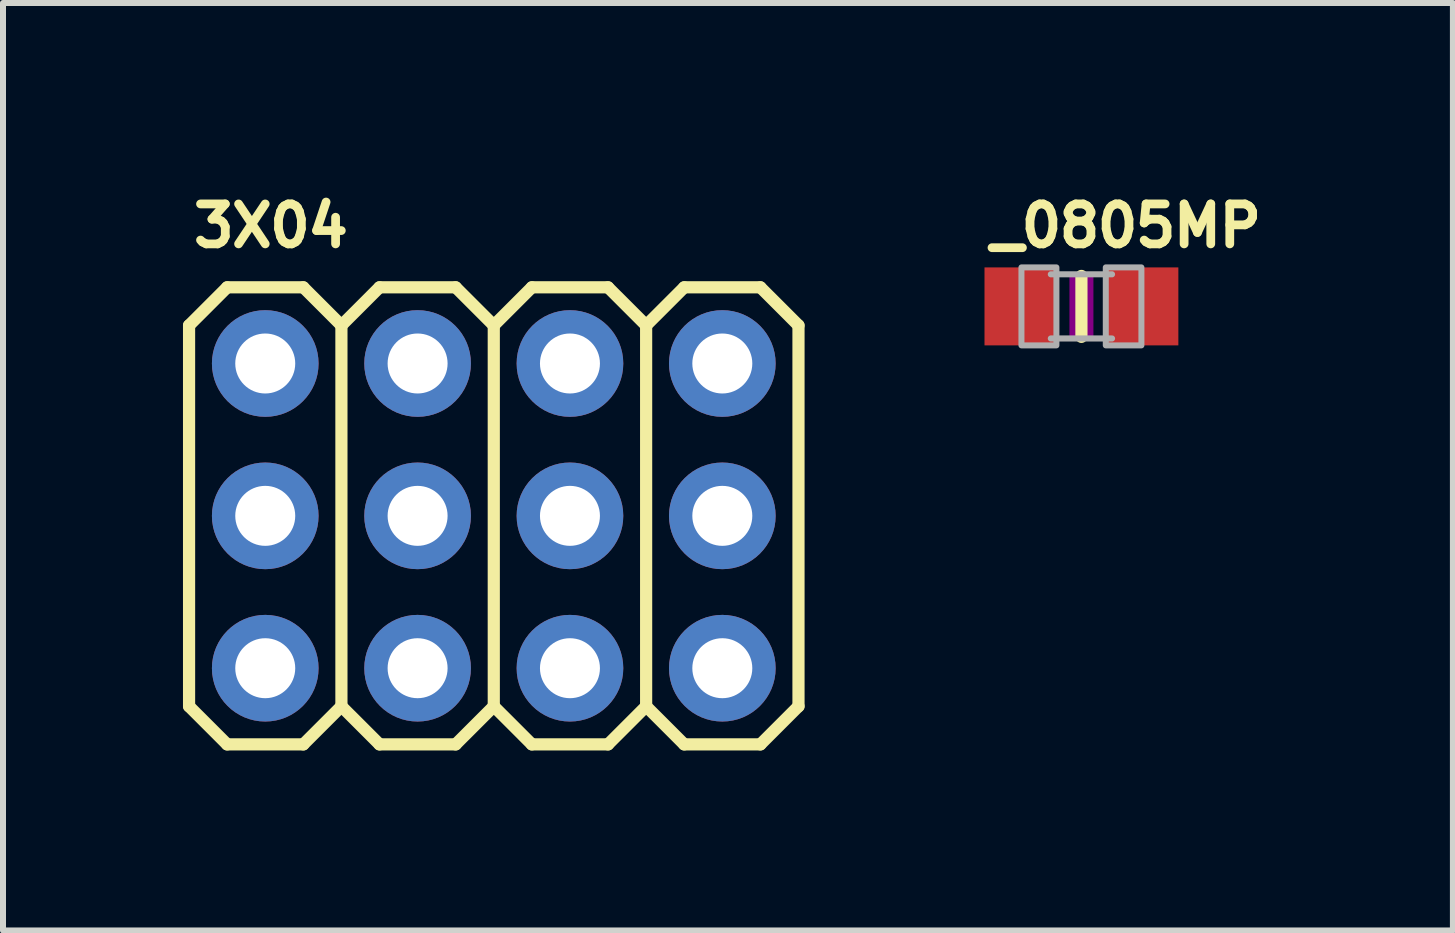
<source format=kicad_pcb>
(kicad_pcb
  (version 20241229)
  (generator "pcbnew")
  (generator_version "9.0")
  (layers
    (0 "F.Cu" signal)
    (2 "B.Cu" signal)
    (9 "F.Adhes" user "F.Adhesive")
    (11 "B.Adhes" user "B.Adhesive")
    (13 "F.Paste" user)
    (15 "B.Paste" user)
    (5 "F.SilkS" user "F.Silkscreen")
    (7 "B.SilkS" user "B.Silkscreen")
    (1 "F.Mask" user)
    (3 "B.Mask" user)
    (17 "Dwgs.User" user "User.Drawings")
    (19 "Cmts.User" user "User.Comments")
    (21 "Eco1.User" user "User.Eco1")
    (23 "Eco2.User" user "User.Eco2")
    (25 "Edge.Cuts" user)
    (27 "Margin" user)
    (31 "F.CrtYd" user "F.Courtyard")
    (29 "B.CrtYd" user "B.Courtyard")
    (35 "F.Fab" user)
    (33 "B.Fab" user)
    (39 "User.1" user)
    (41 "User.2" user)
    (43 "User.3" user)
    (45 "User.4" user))
  (footprint "3X04"
    (layer "F.Cu")
    (at 5.182 5.55)
    (property "Reference" "3X04" (at -5.08 -4.445 0) (layer "F.SilkS") (effects (font (size 0.666 0.666) (thickness 0.146)) (justify left bottom)))
    (fp_line (start -5.08 -3.175) (end -4.445 -3.81) (stroke (width 0.203) (type solid)) (layer "F.SilkS"))
    (fp_line (start -5.08 3.175) (end -5.08 -3.175) (stroke (width 0.203) (type solid)) (layer "F.SilkS"))
    (fp_line (start -5.08 3.175) (end -4.445 3.81) (stroke (width 0.203) (type solid)) (layer "F.SilkS"))
    (fp_line (start -4.445 -3.81) (end -3.175 -3.81) (stroke (width 0.203) (type solid)) (layer "F.SilkS"))
    (fp_line (start -4.445 3.81) (end -3.175 3.81) (stroke (width 0.203) (type solid)) (layer "F.SilkS"))
    (fp_line (start -3.175 -3.81) (end -2.54 -3.175) (stroke (width 0.203) (type solid)) (layer "F.SilkS"))
    (fp_line (start -3.175 3.81) (end -2.54 3.175) (stroke (width 0.203) (type solid)) (layer "F.SilkS"))
    (fp_line (start -2.54 -3.175) (end -2.54 3.175) (stroke (width 0.203) (type solid)) (layer "F.SilkS"))
    (fp_line (start -2.54 -3.175) (end -1.905 -3.81) (stroke (width 0.203) (type solid)) (layer "F.SilkS"))
    (fp_line (start -2.54 3.175) (end -1.905 3.81) (stroke (width 0.203) (type solid)) (layer "F.SilkS"))
    (fp_line (start -1.905 -3.81) (end -0.635 -3.81) (stroke (width 0.203) (type solid)) (layer "F.SilkS"))
    (fp_line (start -1.905 3.81) (end -0.635 3.81) (stroke (width 0.203) (type solid)) (layer "F.SilkS"))
    (fp_line (start -0.635 -3.81) (end 0 -3.175) (stroke (width 0.203) (type solid)) (layer "F.SilkS"))
    (fp_line (start -0.635 3.81) (end 0 3.175) (stroke (width 0.203) (type solid)) (layer "F.SilkS"))
    (fp_line (start 0 -3.175) (end 0 3.175) (stroke (width 0.203) (type solid)) (layer "F.SilkS"))
    (fp_line (start 0 -3.175) (end 0.635 -3.81) (stroke (width 0.203) (type solid)) (layer "F.SilkS"))
    (fp_line (start 0 3.175) (end 0.635 3.81) (stroke (width 0.203) (type solid)) (layer "F.SilkS"))
    (fp_line (start 0.635 -3.81) (end 1.905 -3.81) (stroke (width 0.203) (type solid)) (layer "F.SilkS"))
    (fp_line (start 0.635 3.81) (end 1.905 3.81) (stroke (width 0.203) (type solid)) (layer "F.SilkS"))
    (fp_line (start 1.905 -3.81) (end 2.54 -3.175) (stroke (width 0.203) (type solid)) (layer "F.SilkS"))
    (fp_line (start 1.905 3.81) (end 2.54 3.175) (stroke (width 0.203) (type solid)) (layer "F.SilkS"))
    (fp_line (start 2.54 -3.175) (end 2.54 3.175) (stroke (width 0.203) (type solid)) (layer "F.SilkS"))
    (fp_line (start 2.54 -3.175) (end 3.175 -3.81) (stroke (width 0.203) (type solid)) (layer "F.SilkS"))
    (fp_line (start 2.54 3.175) (end 3.175 3.81) (stroke (width 0.203) (type solid)) (layer "F.SilkS"))
    (fp_line (start 3.175 -3.81) (end 4.445 -3.81) (stroke (width 0.203) (type solid)) (layer "F.SilkS"))
    (fp_line (start 3.175 3.81) (end 4.445 3.81) (stroke (width 0.203) (type solid)) (layer "F.SilkS"))
    (fp_line (start 4.445 -3.81) (end 5.08 -3.175) (stroke (width 0.203) (type solid)) (layer "F.SilkS"))
    (fp_line (start 4.445 3.81) (end 5.08 3.175) (stroke (width 0.203) (type solid)) (layer "F.SilkS"))
    (fp_line (start 5.08 -3.175) (end 5.08 3.175) (stroke (width 0.203) (type solid)) (layer "F.SilkS"))
    (fp_poly (pts (xy -4.064 -2.286) (xy -3.556 -2.286) (xy -3.556 -2.794) (xy -4.064 -2.794)) (stroke (width 0.1) (type default)) (fill no) (layer "F.Fab"))
    (fp_poly (pts (xy -4.064 0.254) (xy -3.556 0.254) (xy -3.556 -0.254) (xy -4.064 -0.254)) (stroke (width 0.1) (type default)) (fill no) (layer "F.Fab"))
    (fp_poly (pts (xy -4.064 2.794) (xy -3.556 2.794) (xy -3.556 2.286) (xy -4.064 2.286)) (stroke (width 0.1) (type default)) (fill no) (layer "F.Fab"))
    (fp_poly (pts (xy -1.524 -2.286) (xy -1.016 -2.286) (xy -1.016 -2.794) (xy -1.524 -2.794)) (stroke (width 0.1) (type default)) (fill no) (layer "F.Fab"))
    (fp_poly (pts (xy -1.524 0.254) (xy -1.016 0.254) (xy -1.016 -0.254) (xy -1.524 -0.254)) (stroke (width 0.1) (type default)) (fill no) (layer "F.Fab"))
    (fp_poly (pts (xy -1.524 2.794) (xy -1.016 2.794) (xy -1.016 2.286) (xy -1.524 2.286)) (stroke (width 0.1) (type default)) (fill no) (layer "F.Fab"))
    (fp_poly (pts (xy 1.016 -2.286) (xy 1.524 -2.286) (xy 1.524 -2.794) (xy 1.016 -2.794)) (stroke (width 0.1) (type default)) (fill no) (layer "F.Fab"))
    (fp_poly (pts (xy 1.016 0.254) (xy 1.524 0.254) (xy 1.524 -0.254) (xy 1.016 -0.254)) (stroke (width 0.1) (type default)) (fill no) (layer "F.Fab"))
    (fp_poly (pts (xy 1.016 2.794) (xy 1.524 2.794) (xy 1.524 2.286) (xy 1.016 2.286)) (stroke (width 0.1) (type default)) (fill no) (layer "F.Fab"))
    (fp_poly (pts (xy 3.556 -2.286) (xy 4.064 -2.286) (xy 4.064 -2.794) (xy 3.556 -2.794)) (stroke (width 0.1) (type default)) (fill no) (layer "F.Fab"))
    (fp_poly (pts (xy 3.556 0.254) (xy 4.064 0.254) (xy 4.064 -0.254) (xy 3.556 -0.254)) (stroke (width 0.1) (type default)) (fill no) (layer "F.Fab"))
    (fp_poly (pts (xy 3.556 2.794) (xy 4.064 2.794) (xy 4.064 2.286) (xy 3.556 2.286)) (stroke (width 0.1) (type default)) (fill no) (layer "F.Fab"))
    (pad "1" thru_hole circle (at -3.81 2.54) (size 1.778 1.778) (drill 1) (layers "*.Cu" "*.Mask"))
    (pad "2" thru_hole circle (at -3.81 0) (size 1.778 1.778) (drill 1) (layers "*.Cu" "*.Mask"))
    (pad "3" thru_hole circle (at -3.81 -2.54) (size 1.778 1.778) (drill 1) (layers "*.Cu" "*.Mask"))
    (pad "4" thru_hole circle (at -1.27 2.54) (size 1.778 1.778) (drill 1) (layers "*.Cu" "*.Mask"))
    (pad "5" thru_hole circle (at -1.27 0) (size 1.778 1.778) (drill 1) (layers "*.Cu" "*.Mask"))
    (pad "6" thru_hole circle (at -1.27 -2.54) (size 1.778 1.778) (drill 1) (layers "*.Cu" "*.Mask"))
    (pad "7" thru_hole circle (at 1.27 2.54) (size 1.778 1.778) (drill 1) (layers "*.Cu" "*.Mask"))
    (pad "8" thru_hole circle (at 1.27 0) (size 1.778 1.778) (drill 1) (layers "*.Cu" "*.Mask"))
    (pad "9" thru_hole circle (at 1.27 -2.54) (size 1.778 1.778) (drill 1) (layers "*.Cu" "*.Mask"))
    (pad "10" thru_hole circle (at 3.81 2.54) (size 1.778 1.778) (drill 1) (layers "*.Cu" "*.Mask"))
    (pad "11" thru_hole circle (at 3.81 0) (size 1.778 1.778) (drill 1) (layers "*.Cu" "*.Mask"))
    (pad "12" thru_hole circle (at 3.81 -2.54) (size 1.778 1.778) (drill 1) (layers "*.Cu" "*.Mask")))
  (footprint "_0805MP"
    (layer "F.Cu")
    (at 14.979 2.058)
    (property "Reference" "_0805MP" (at -1.587 -0.953 0) (layer "F.SilkS") (effects (font (size 0.666 0.666) (thickness 0.146)) (justify left bottom)))
    (fp_line (start 0 -0.508) (end 0 0.508) (stroke (width 0.203) (type solid)) (layer "F.SilkS"))
    (fp_poly (pts (xy -0.2 0.5) (xy 0.2 0.5) (xy 0.2 -0.5) (xy -0.2 -0.5)) (stroke (width 0) (type default)) (fill yes) (layer "F.Adhes"))
    (fp_line (start -0.51 -0.535) (end 0.51 -0.535) (stroke (width 0.102) (type solid)) (layer "F.Fab"))
    (fp_line (start -0.51 0.535) (end 0.51 0.535) (stroke (width 0.102) (type solid)) (layer "F.Fab"))
    (fp_poly (pts (xy -1 0.65) (xy -0.417 0.65) (xy -0.417 -0.65) (xy -1 -0.65)) (stroke (width 0.1) (type default)) (fill no) (layer "F.Fab"))
    (fp_poly (pts (xy 0.406 0.65) (xy 1 0.65) (xy 1 -0.65) (xy 0.406 -0.65)) (stroke (width 0.1) (type default)) (fill no) (layer "F.Fab"))
    (pad "1" smd rect (at -1.016 0) (size 1.2 1.3) (layers "F.Cu" "F.Mask" "F.Paste"))
    (pad "2" smd rect (at 1.016 0) (size 1.2 1.3) (layers "F.Cu" "F.Mask" "F.Paste")))
  (gr_rect
    (start -3 -3)
    (end 21.172 12.462)
    (stroke (width 0.1) (type default))
    (fill no)
    (layer "Edge.Cuts")))
</source>
